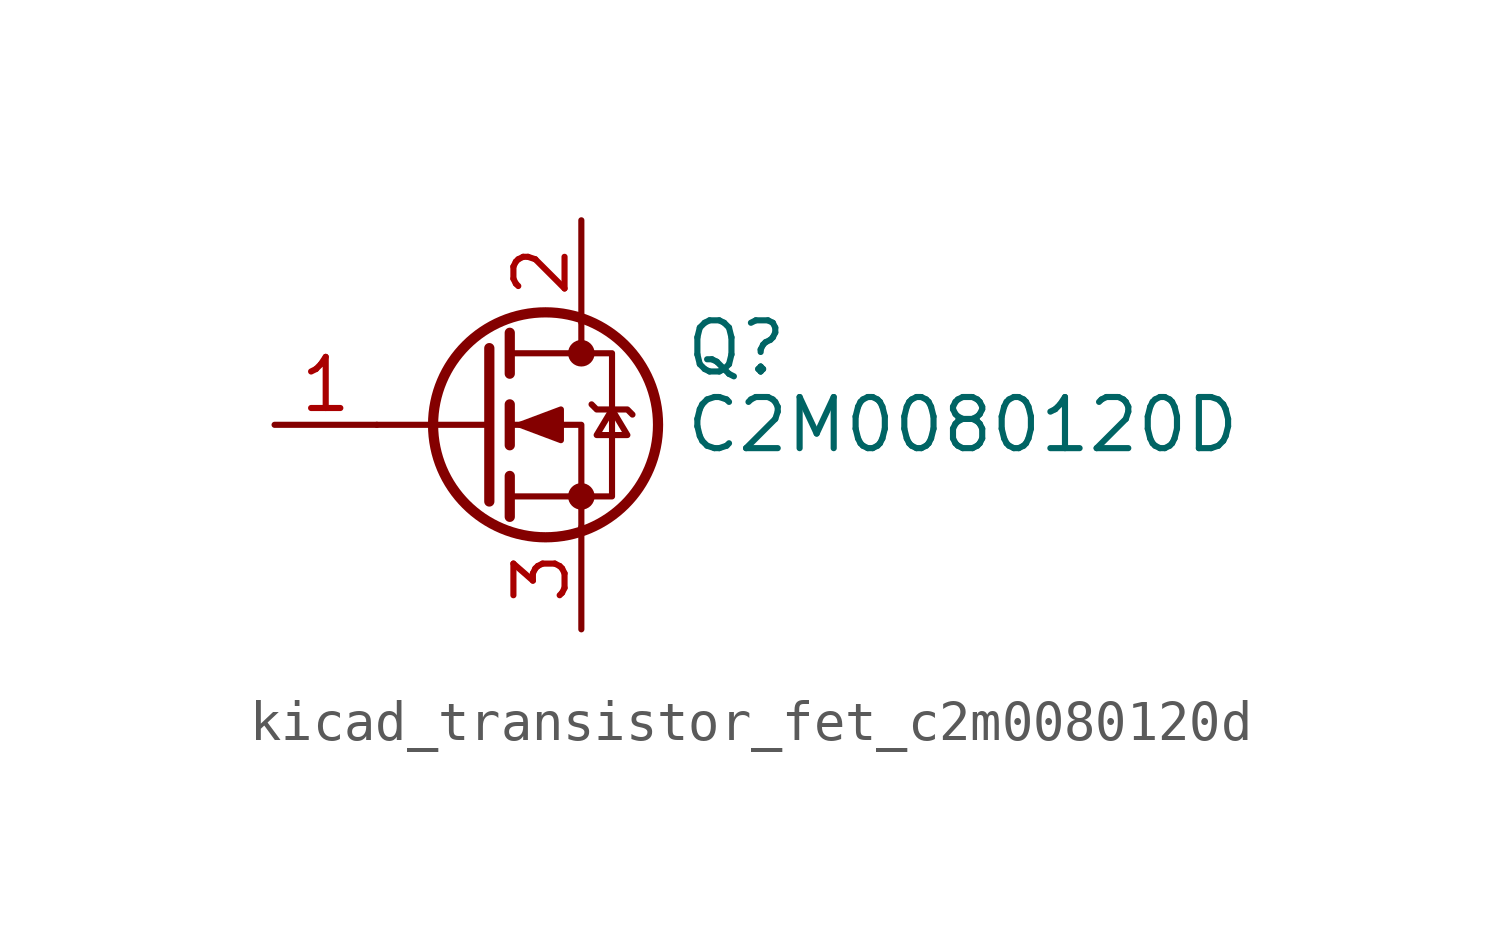
<source format=kicad_sym>
(kicad_symbol_lib
  (version 20220914)
  (generator kicad_symbol_editor)
  (symbol "kicad_transistor_fet_c2m0080120d"
    (pin_names hide)
    (property "Reference" "Q"
      (at 5.08 1.905 0)
      (effects (font (size 1.27 1.27)) (justify left)))
    (property "Value" "C2M0080120D"
      (at 5.08 0 0)
      (effects (font (size 1.27 1.27)) (justify left)))
    (symbol "kicad_transistor_fet_c2m0080120d_0_1"
      (polyline (pts (xy 0.254 0) (xy -2.54 0)) (stroke (width 0) (type default)) (fill (type none)))
      (polyline (pts (xy 0.254 1.905) (xy 0.254 -1.905)) (stroke (width 0.254) (type default)) (fill (type none)))
      (polyline (pts (xy 0.762 -1.27) (xy 0.762 -2.286)) (stroke (width 0.254) (type default)) (fill (type none)))
      (polyline (pts (xy 0.762 0.508) (xy 0.762 -0.508)) (stroke (width 0.254) (type default)) (fill (type none)))
      (polyline (pts (xy 0.762 2.286) (xy 0.762 1.27)) (stroke (width 0.254) (type default)) (fill (type none)))
      (polyline (pts (xy 2.54 2.54) (xy 2.54 1.778)) (stroke (width 0) (type default)) (fill (type none)))
      (polyline (pts (xy 2.54 -2.54) (xy 2.54 0) (xy 0.762 0)) (stroke (width 0) (type default)) (fill (type none)))
      (polyline (pts (xy 0.762 -1.778) (xy 3.302 -1.778) (xy 3.302 1.778) (xy 0.762 1.778)) (stroke (width 0) (type default)) (fill (type none)))
      (polyline (pts (xy 1.016 0) (xy 2.032 0.381) (xy 2.032 -0.381) (xy 1.016 0)) (stroke (width 0) (type default)) (fill (type outline)))
      (polyline (pts (xy 2.794 0.508) (xy 2.921 0.381) (xy 3.683 0.381) (xy 3.81 0.254)) (stroke (width 0) (type default)) (fill (type none)))
      (polyline (pts (xy 3.302 0.381) (xy 2.921 -0.254) (xy 3.683 -0.254) (xy 3.302 0.381)) (stroke (width 0) (type default)) (fill (type none)))
      (circle (center 1.651 0) (radius 2.794) (stroke (width 0.254) (type default)) (fill (type none)))
      (circle (center 2.54 -1.778) (radius 0.254) (stroke (width 0) (type default)) (fill (type outline)))
      (circle (center 2.54 1.778) (radius 0.254) (stroke (width 0) (type default)) (fill (type outline))))
    (symbol "kicad_transistor_fet_c2m0080120d_1_1"
      (pin input line (at -5.08 0 0) (length 2.54) (name "G" (effects (font (size 1.27 1.27)))) (number "1" (effects (font (size 1.27 1.27)))))
      (pin passive line (at 2.54 5.08 270) (length 2.54) (name "D" (effects (font (size 1.27 1.27)))) (number "2" (effects (font (size 1.27 1.27)))))
      (pin passive line (at 2.54 -5.08 90) (length 2.54) (name "S" (effects (font (size 1.27 1.27)))) (number "3" (effects (font (size 1.27 1.27))))))))
</source>
